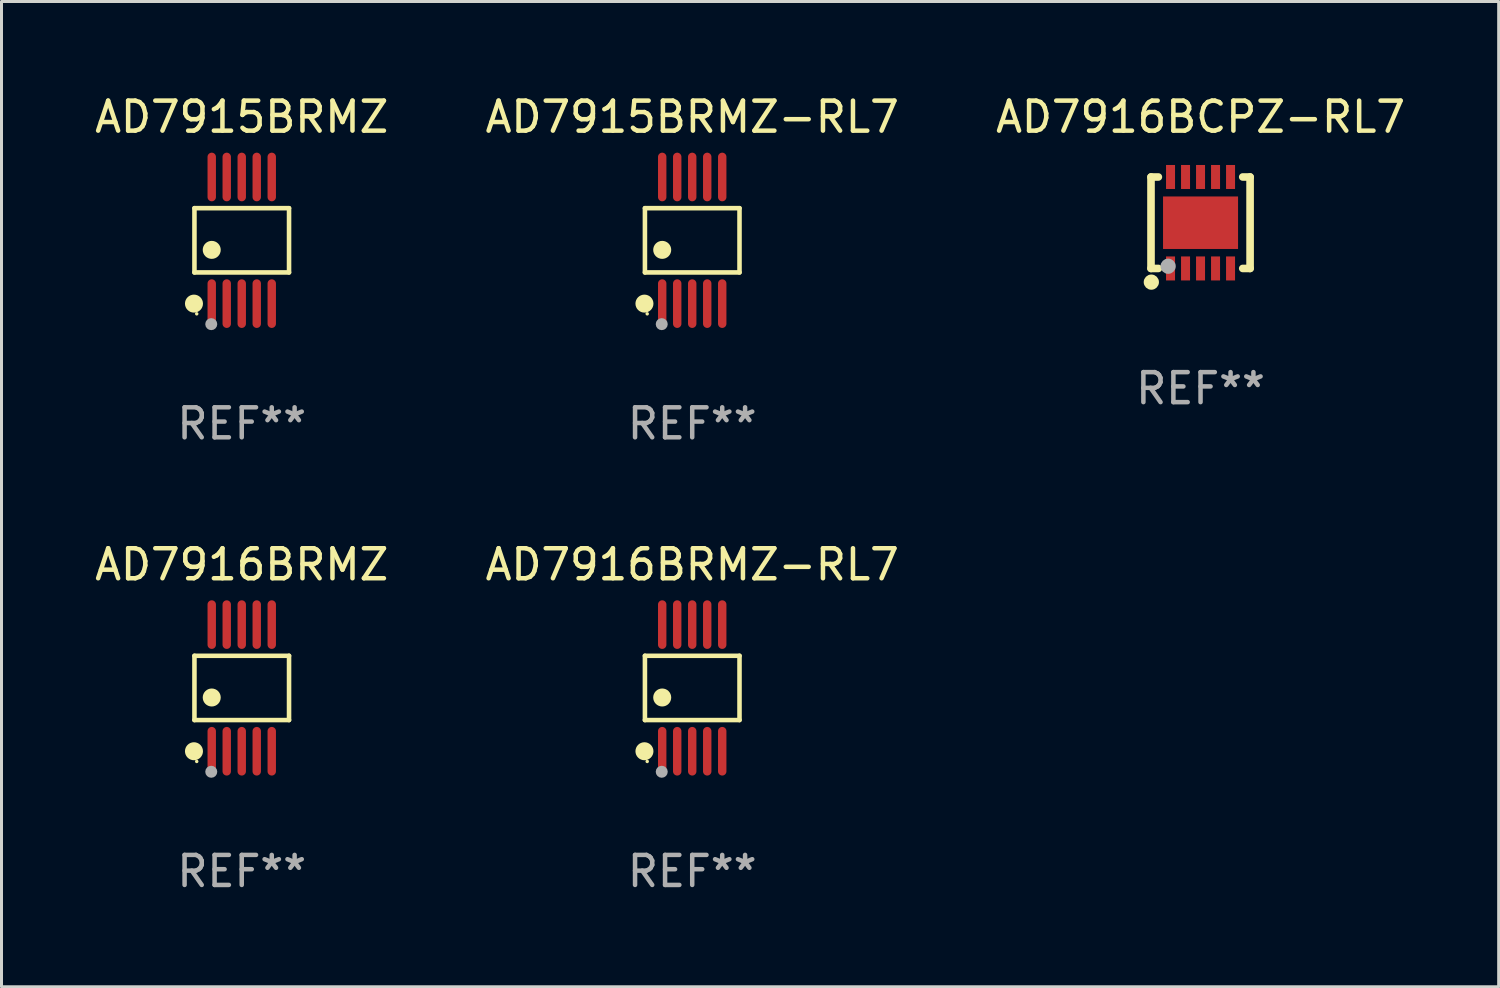
<source format=kicad_pcb>
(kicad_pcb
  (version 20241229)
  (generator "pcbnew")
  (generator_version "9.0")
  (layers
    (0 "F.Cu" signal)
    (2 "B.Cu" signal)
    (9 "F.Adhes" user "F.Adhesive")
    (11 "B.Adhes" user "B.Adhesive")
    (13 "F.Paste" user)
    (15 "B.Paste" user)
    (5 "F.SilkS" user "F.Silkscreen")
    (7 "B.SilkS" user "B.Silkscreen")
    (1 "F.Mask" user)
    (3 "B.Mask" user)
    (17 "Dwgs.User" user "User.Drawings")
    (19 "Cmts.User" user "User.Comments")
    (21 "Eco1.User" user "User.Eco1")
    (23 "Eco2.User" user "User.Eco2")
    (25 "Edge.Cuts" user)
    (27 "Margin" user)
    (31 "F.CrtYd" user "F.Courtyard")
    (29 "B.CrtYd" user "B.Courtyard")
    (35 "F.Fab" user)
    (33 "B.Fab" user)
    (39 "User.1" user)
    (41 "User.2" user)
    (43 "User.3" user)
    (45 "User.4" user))
  (footprint "AD7916BRMZ"
    (layer "F.Cu")
    (at 5.006 19.875)
    (property "Reference" "AD7916BRMZ" (at 0 -4.11 0) (layer "F.SilkS") (effects (font (size 1 1) (thickness 0.15))))
    (attr through_hole)
    (fp_line (start -1.576 -1.071) (end 1.576 -1.071) (stroke (width 0.152) (type solid)) (layer "F.SilkS"))
    (fp_line (start -1.576 1.071) (end -1.576 -1.071) (stroke (width 0.152) (type solid)) (layer "F.SilkS"))
    (fp_line (start 1.576 -1.071) (end 1.576 1.071) (stroke (width 0.152) (type solid)) (layer "F.SilkS"))
    (fp_line (start 1.576 1.071) (end -1.576 1.071) (stroke (width 0.152) (type solid)) (layer "F.SilkS"))
    (fp_circle (center -1.592 2.11) (end -1.442 2.11) (stroke (width 0.3) (type solid)) (fill no) (layer "F.SilkS"))
    (fp_circle (center -1.5 2.45) (end -1.47 2.45) (stroke (width 0.06) (type solid)) (fill no) (layer "F.SilkS"))
    (fp_circle (center -1 0.319) (end -0.85 0.319) (stroke (width 0.3) (type solid)) (fill no) (layer "F.SilkS"))
    (fp_circle (center -1.016 2.794) (end -0.916 2.794) (stroke (width 0.2) (type solid)) (fill no) (layer "F.Fab"))
    (fp_text user "REF**" (at 0 6.11 0) (layer "F.Fab") (effects (font (size 1 1) (thickness 0.15))))
    (pad "1" smd oval (at -1 2.11) (size 0.28 1.62) (layers "F.Cu" "F.Mask" "F.Paste"))
    (pad "2" smd oval (at -0.5 2.11) (size 0.28 1.62) (layers "F.Cu" "F.Mask" "F.Paste"))
    (pad "3" smd oval (at 0 2.11) (size 0.28 1.62) (layers "F.Cu" "F.Mask" "F.Paste"))
    (pad "4" smd oval (at 0.5 2.11) (size 0.28 1.62) (layers "F.Cu" "F.Mask" "F.Paste"))
    (pad "5" smd oval (at 1 2.11) (size 0.28 1.62) (layers "F.Cu" "F.Mask" "F.Paste"))
    (pad "6" smd oval (at 1 -2.11) (size 0.28 1.62) (layers "F.Cu" "F.Mask" "F.Paste"))
    (pad "7" smd oval (at 0.5 -2.11) (size 0.28 1.62) (layers "F.Cu" "F.Mask" "F.Paste"))
    (pad "8" smd oval (at 0 -2.11) (size 0.28 1.62) (layers "F.Cu" "F.Mask" "F.Paste"))
    (pad "9" smd oval (at -0.5 -2.11) (size 0.28 1.62) (layers "F.Cu" "F.Mask" "F.Paste"))
    (pad "10" smd oval (at -1 -2.11) (size 0.28 1.62) (layers "F.Cu" "F.Mask" "F.Paste")))
  (footprint "AD7916BCPZ-RL7"
    (layer "F.Cu")
    (at 36.958 4.372)
    (property "Reference" "AD7916BCPZ-RL7" (at 0 -3.524 0) (layer "F.SilkS") (effects (font (size 1 1) (thickness 0.15))))
    (attr through_hole)
    (fp_line (start -1.651 -1.524) (end -1.651 1.524) (stroke (width 0.254) (type solid)) (layer "F.SilkS"))
    (fp_line (start -1.651 1.524) (end -1.406 1.524) (stroke (width 0.254) (type solid)) (layer "F.SilkS"))
    (fp_line (start -1.406 -1.524) (end -1.651 -1.524) (stroke (width 0.254) (type solid)) (layer "F.SilkS"))
    (fp_line (start 1.406 1.524) (end 1.651 1.524) (stroke (width 0.254) (type solid)) (layer "F.SilkS"))
    (fp_line (start 1.651 -1.524) (end 1.406 -1.524) (stroke (width 0.254) (type solid)) (layer "F.SilkS"))
    (fp_line (start 1.651 1.524) (end 1.651 -1.524) (stroke (width 0.254) (type solid)) (layer "F.SilkS"))
    (fp_circle (center -1.64 1.98) (end -1.513 1.98) (stroke (width 0.254) (type solid)) (fill no) (layer "F.SilkS"))
    (fp_circle (center -1.5 1.5) (end -1.47 1.5) (stroke (width 0.06) (type solid)) (fill no) (layer "F.SilkS"))
    (fp_circle (center -1.08 1.45) (end -0.953 1.45) (stroke (width 0.254) (type solid)) (fill no) (layer "F.Fab"))
    (fp_text user "REF**" (at 0 5.524 0) (layer "F.Fab") (effects (font (size 1 1) (thickness 0.15))))
    (pad "1" smd rect (at -1 1.524) (size 0.3 0.8) (layers "F.Cu" "F.Mask" "F.Paste"))
    (pad "2" smd rect (at -0.5 1.524) (size 0.3 0.8) (layers "F.Cu" "F.Mask" "F.Paste"))
    (pad "3" smd rect (at 0 1.524) (size 0.3 0.8) (layers "F.Cu" "F.Mask" "F.Paste"))
    (pad "4" smd rect (at 0.5 1.524) (size 0.3 0.8) (layers "F.Cu" "F.Mask" "F.Paste"))
    (pad "5" smd rect (at 1 1.524) (size 0.3 0.8) (layers "F.Cu" "F.Mask" "F.Paste"))
    (pad "6" smd rect (at 1 -1.524) (size 0.3 0.8) (layers "F.Cu" "F.Mask" "F.Paste"))
    (pad "7" smd rect (at 0.5 -1.524) (size 0.3 0.8) (layers "F.Cu" "F.Mask" "F.Paste"))
    (pad "8" smd rect (at 0 -1.524) (size 0.3 0.8) (layers "F.Cu" "F.Mask" "F.Paste"))
    (pad "9" smd rect (at -0.5 -1.524) (size 0.3 0.8) (layers "F.Cu" "F.Mask" "F.Paste"))
    (pad "10" smd rect (at -1 -1.524) (size 0.3 0.8) (layers "F.Cu" "F.Mask" "F.Paste"))
    (pad "11" smd rect (at 0 0) (size 2.5 1.75) (layers "F.Cu" "F.Mask" "F.Paste")))
  (footprint "AD7916BRMZ-RL7"
    (layer "F.Cu")
    (at 20.018 19.875)
    (property "Reference" "AD7916BRMZ-RL7" (at 0 -4.11 0) (layer "F.SilkS") (effects (font (size 1 1) (thickness 0.15))))
    (attr through_hole)
    (fp_line (start -1.576 -1.071) (end 1.576 -1.071) (stroke (width 0.152) (type solid)) (layer "F.SilkS"))
    (fp_line (start -1.576 1.071) (end -1.576 -1.071) (stroke (width 0.152) (type solid)) (layer "F.SilkS"))
    (fp_line (start 1.576 -1.071) (end 1.576 1.071) (stroke (width 0.152) (type solid)) (layer "F.SilkS"))
    (fp_line (start 1.576 1.071) (end -1.576 1.071) (stroke (width 0.152) (type solid)) (layer "F.SilkS"))
    (fp_circle (center -1.592 2.11) (end -1.442 2.11) (stroke (width 0.3) (type solid)) (fill no) (layer "F.SilkS"))
    (fp_circle (center -1.5 2.45) (end -1.47 2.45) (stroke (width 0.06) (type solid)) (fill no) (layer "F.SilkS"))
    (fp_circle (center -1 0.319) (end -0.85 0.319) (stroke (width 0.3) (type solid)) (fill no) (layer "F.SilkS"))
    (fp_circle (center -1.016 2.794) (end -0.916 2.794) (stroke (width 0.2) (type solid)) (fill no) (layer "F.Fab"))
    (fp_text user "REF**" (at 0 6.11 0) (layer "F.Fab") (effects (font (size 1 1) (thickness 0.15))))
    (pad "1" smd oval (at -1 2.11) (size 0.28 1.62) (layers "F.Cu" "F.Mask" "F.Paste"))
    (pad "2" smd oval (at -0.5 2.11) (size 0.28 1.62) (layers "F.Cu" "F.Mask" "F.Paste"))
    (pad "3" smd oval (at 0 2.11) (size 0.28 1.62) (layers "F.Cu" "F.Mask" "F.Paste"))
    (pad "4" smd oval (at 0.5 2.11) (size 0.28 1.62) (layers "F.Cu" "F.Mask" "F.Paste"))
    (pad "5" smd oval (at 1 2.11) (size 0.28 1.62) (layers "F.Cu" "F.Mask" "F.Paste"))
    (pad "6" smd oval (at 1 -2.11) (size 0.28 1.62) (layers "F.Cu" "F.Mask" "F.Paste"))
    (pad "7" smd oval (at 0.5 -2.11) (size 0.28 1.62) (layers "F.Cu" "F.Mask" "F.Paste"))
    (pad "8" smd oval (at 0 -2.11) (size 0.28 1.62) (layers "F.Cu" "F.Mask" "F.Paste"))
    (pad "9" smd oval (at -0.5 -2.11) (size 0.28 1.62) (layers "F.Cu" "F.Mask" "F.Paste"))
    (pad "10" smd oval (at -1 -2.11) (size 0.28 1.62) (layers "F.Cu" "F.Mask" "F.Paste")))
  (footprint "AD7915BRMZ"
    (layer "F.Cu")
    (at 5.006 4.958)
    (property "Reference" "AD7915BRMZ" (at 0 -4.11 0) (layer "F.SilkS") (effects (font (size 1 1) (thickness 0.15))))
    (attr through_hole)
    (fp_line (start -1.576 -1.071) (end 1.576 -1.071) (stroke (width 0.152) (type solid)) (layer "F.SilkS"))
    (fp_line (start -1.576 1.071) (end -1.576 -1.071) (stroke (width 0.152) (type solid)) (layer "F.SilkS"))
    (fp_line (start 1.576 -1.071) (end 1.576 1.071) (stroke (width 0.152) (type solid)) (layer "F.SilkS"))
    (fp_line (start 1.576 1.071) (end -1.576 1.071) (stroke (width 0.152) (type solid)) (layer "F.SilkS"))
    (fp_circle (center -1.592 2.11) (end -1.442 2.11) (stroke (width 0.3) (type solid)) (fill no) (layer "F.SilkS"))
    (fp_circle (center -1.5 2.45) (end -1.47 2.45) (stroke (width 0.06) (type solid)) (fill no) (layer "F.SilkS"))
    (fp_circle (center -1 0.319) (end -0.85 0.319) (stroke (width 0.3) (type solid)) (fill no) (layer "F.SilkS"))
    (fp_circle (center -1.016 2.794) (end -0.916 2.794) (stroke (width 0.2) (type solid)) (fill no) (layer "F.Fab"))
    (fp_text user "REF**" (at 0 6.11 0) (layer "F.Fab") (effects (font (size 1 1) (thickness 0.15))))
    (pad "1" smd oval (at -1 2.11) (size 0.28 1.62) (layers "F.Cu" "F.Mask" "F.Paste"))
    (pad "2" smd oval (at -0.5 2.11) (size 0.28 1.62) (layers "F.Cu" "F.Mask" "F.Paste"))
    (pad "3" smd oval (at 0 2.11) (size 0.28 1.62) (layers "F.Cu" "F.Mask" "F.Paste"))
    (pad "4" smd oval (at 0.5 2.11) (size 0.28 1.62) (layers "F.Cu" "F.Mask" "F.Paste"))
    (pad "5" smd oval (at 1 2.11) (size 0.28 1.62) (layers "F.Cu" "F.Mask" "F.Paste"))
    (pad "6" smd oval (at 1 -2.11) (size 0.28 1.62) (layers "F.Cu" "F.Mask" "F.Paste"))
    (pad "7" smd oval (at 0.5 -2.11) (size 0.28 1.62) (layers "F.Cu" "F.Mask" "F.Paste"))
    (pad "8" smd oval (at 0 -2.11) (size 0.28 1.62) (layers "F.Cu" "F.Mask" "F.Paste"))
    (pad "9" smd oval (at -0.5 -2.11) (size 0.28 1.62) (layers "F.Cu" "F.Mask" "F.Paste"))
    (pad "10" smd oval (at -1 -2.11) (size 0.28 1.62) (layers "F.Cu" "F.Mask" "F.Paste")))
  (footprint "AD7915BRMZ-RL7"
    (layer "F.Cu")
    (at 20.018 4.958)
    (property "Reference" "AD7915BRMZ-RL7" (at 0 -4.11 0) (layer "F.SilkS") (effects (font (size 1 1) (thickness 0.15))))
    (attr through_hole)
    (fp_line (start -1.576 -1.071) (end 1.576 -1.071) (stroke (width 0.152) (type solid)) (layer "F.SilkS"))
    (fp_line (start -1.576 1.071) (end -1.576 -1.071) (stroke (width 0.152) (type solid)) (layer "F.SilkS"))
    (fp_line (start 1.576 -1.071) (end 1.576 1.071) (stroke (width 0.152) (type solid)) (layer "F.SilkS"))
    (fp_line (start 1.576 1.071) (end -1.576 1.071) (stroke (width 0.152) (type solid)) (layer "F.SilkS"))
    (fp_circle (center -1.592 2.11) (end -1.442 2.11) (stroke (width 0.3) (type solid)) (fill no) (layer "F.SilkS"))
    (fp_circle (center -1.5 2.45) (end -1.47 2.45) (stroke (width 0.06) (type solid)) (fill no) (layer "F.SilkS"))
    (fp_circle (center -1 0.319) (end -0.85 0.319) (stroke (width 0.3) (type solid)) (fill no) (layer "F.SilkS"))
    (fp_circle (center -1.016 2.794) (end -0.916 2.794) (stroke (width 0.2) (type solid)) (fill no) (layer "F.Fab"))
    (fp_text user "REF**" (at 0 6.11 0) (layer "F.Fab") (effects (font (size 1 1) (thickness 0.15))))
    (pad "1" smd oval (at -1 2.11) (size 0.28 1.62) (layers "F.Cu" "F.Mask" "F.Paste"))
    (pad "2" smd oval (at -0.5 2.11) (size 0.28 1.62) (layers "F.Cu" "F.Mask" "F.Paste"))
    (pad "3" smd oval (at 0 2.11) (size 0.28 1.62) (layers "F.Cu" "F.Mask" "F.Paste"))
    (pad "4" smd oval (at 0.5 2.11) (size 0.28 1.62) (layers "F.Cu" "F.Mask" "F.Paste"))
    (pad "5" smd oval (at 1 2.11) (size 0.28 1.62) (layers "F.Cu" "F.Mask" "F.Paste"))
    (pad "6" smd oval (at 1 -2.11) (size 0.28 1.62) (layers "F.Cu" "F.Mask" "F.Paste"))
    (pad "7" smd oval (at 0.5 -2.11) (size 0.28 1.62) (layers "F.Cu" "F.Mask" "F.Paste"))
    (pad "8" smd oval (at 0 -2.11) (size 0.28 1.62) (layers "F.Cu" "F.Mask" "F.Paste"))
    (pad "9" smd oval (at -0.5 -2.11) (size 0.28 1.62) (layers "F.Cu" "F.Mask" "F.Paste"))
    (pad "10" smd oval (at -1 -2.11) (size 0.28 1.62) (layers "F.Cu" "F.Mask" "F.Paste")))
  (gr_rect
    (start -3 -3)
    (end 46.893 29.833)
    (stroke (width 0.1) (type default))
    (fill no)
    (layer "Edge.Cuts")))
</source>
